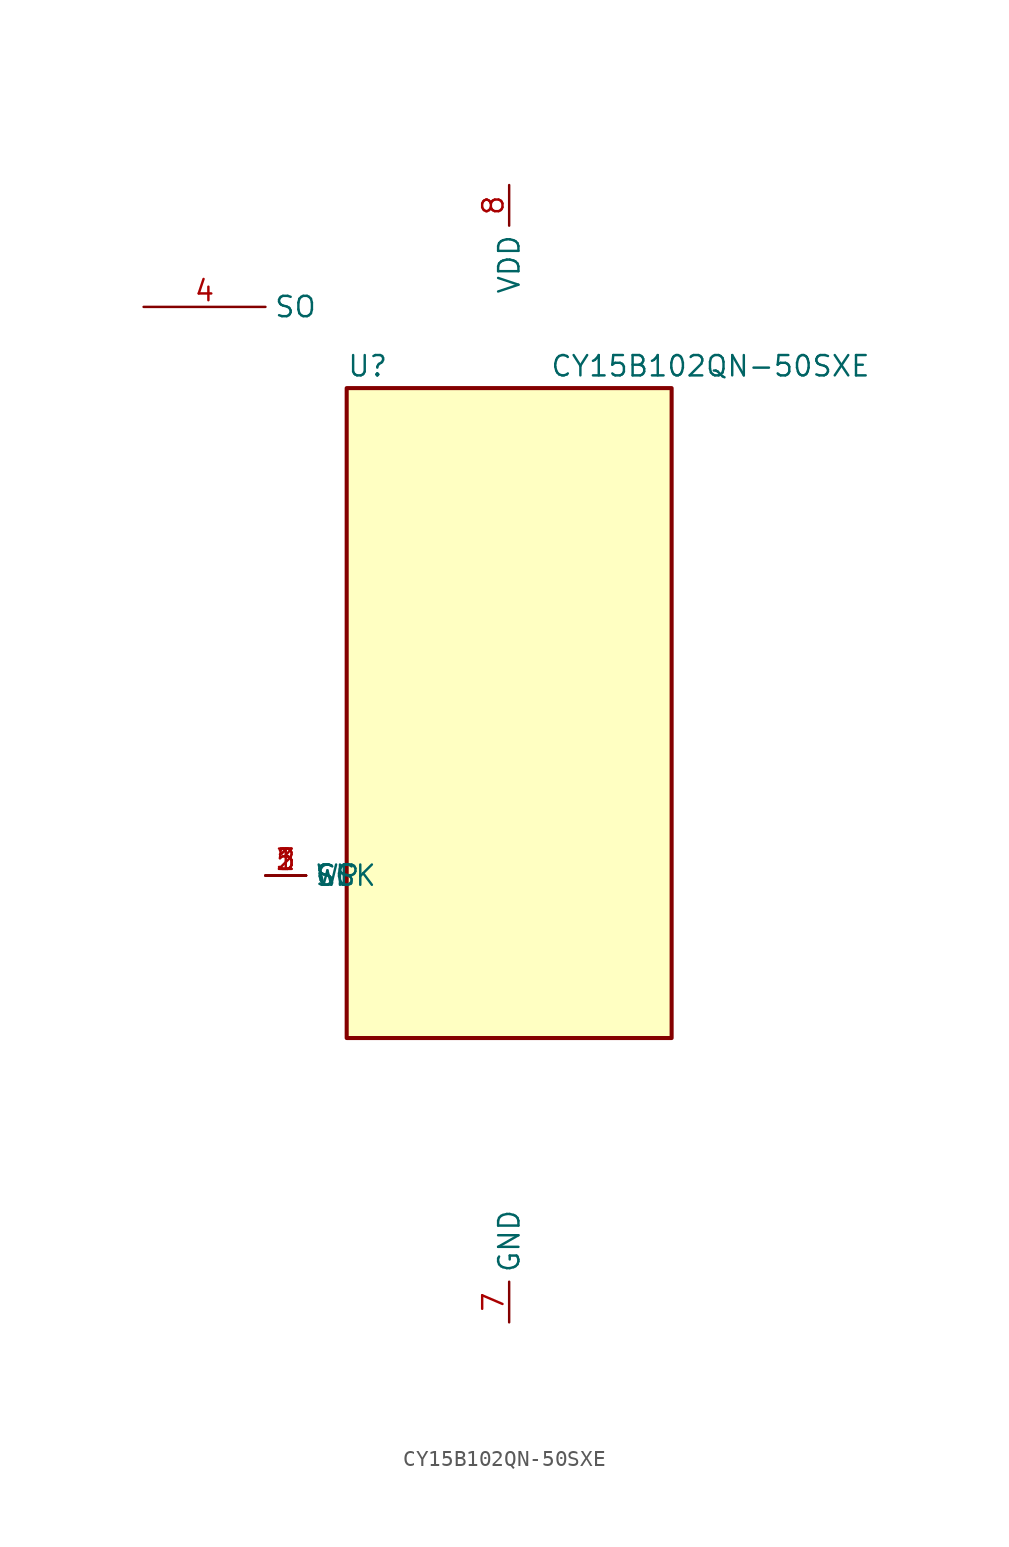
<source format=kicad_sym>
(kicad_symbol_lib
  (version 20220914)
  (generator kicad_symbol_editor)
  (symbol "CY15B102QN-50SXE"
    (property "Reference" "U"
      (at -10.16 20.955 0)
      (effects (font (size 1.27 1.27)) (justify left bottom)))
    (property "Value" "CY15B102QN-50SXE"
      (at 2.54 20.955 0)
      (effects (font (size 1.27 1.27)) (justify left bottom)))
    (rectangle
      (start -10.16 20.32)
      (end 10.16 -20.32)
      (stroke (width 0.254) (type default))
      (fill (type background)))
    (pin input line
      (at -15.24 -10.16 0)
      (length 2.54)
      (name "CS" (effects (font (size 1.27 1.27))))
      (number "1" (effects (font (size 1.27 1.27)))))
    (pin input line
      (at -15.24 -10.16 0)
      (length 2.54)
      (name "SCK" (effects (font (size 1.27 1.27))))
      (number "2" (effects (font (size 1.27 1.27)))))
    (pin input line
      (at -15.24 -10.16 0)
      (length 2.54)
      (name "SI" (effects (font (size 1.27 1.27))))
      (number "3" (effects (font (size 1.27 1.27)))))
    (pin output line
      (at -22.86 25.4 0)
      (length 7.62)
      (name "SO" (effects (font (size 1.27 1.27))))
      (number "4" (effects (font (size 1.27 1.27)))))
    (pin input line
      (at -15.24 -10.16 0)
      (length 2.54)
      (name "WP" (effects (font (size 1.27 1.27))))
      (number "5" (effects (font (size 1.27 1.27)))))
    (pin no_connect line
      (at 15.24 12.7 180)
      (length 5.08) hide
      (name "DNU" (effects (font (size 1.27 1.27))))
      (number "6" (effects (font (size 1.27 1.27)))))
    (pin power_in line
      (at 0 -38.1 90)
      (length 2.54)
      (name "GND" (effects (font (size 1.27 1.27))))
      (number "7" (effects (font (size 1.27 1.27)))))
    (pin power_in line
      (at 0 33.02 270)
      (length 2.54)
      (name "VDD" (effects (font (size 1.27 1.27))))
      (number "8" (effects (font (size 1.27 1.27)))))))
</source>
